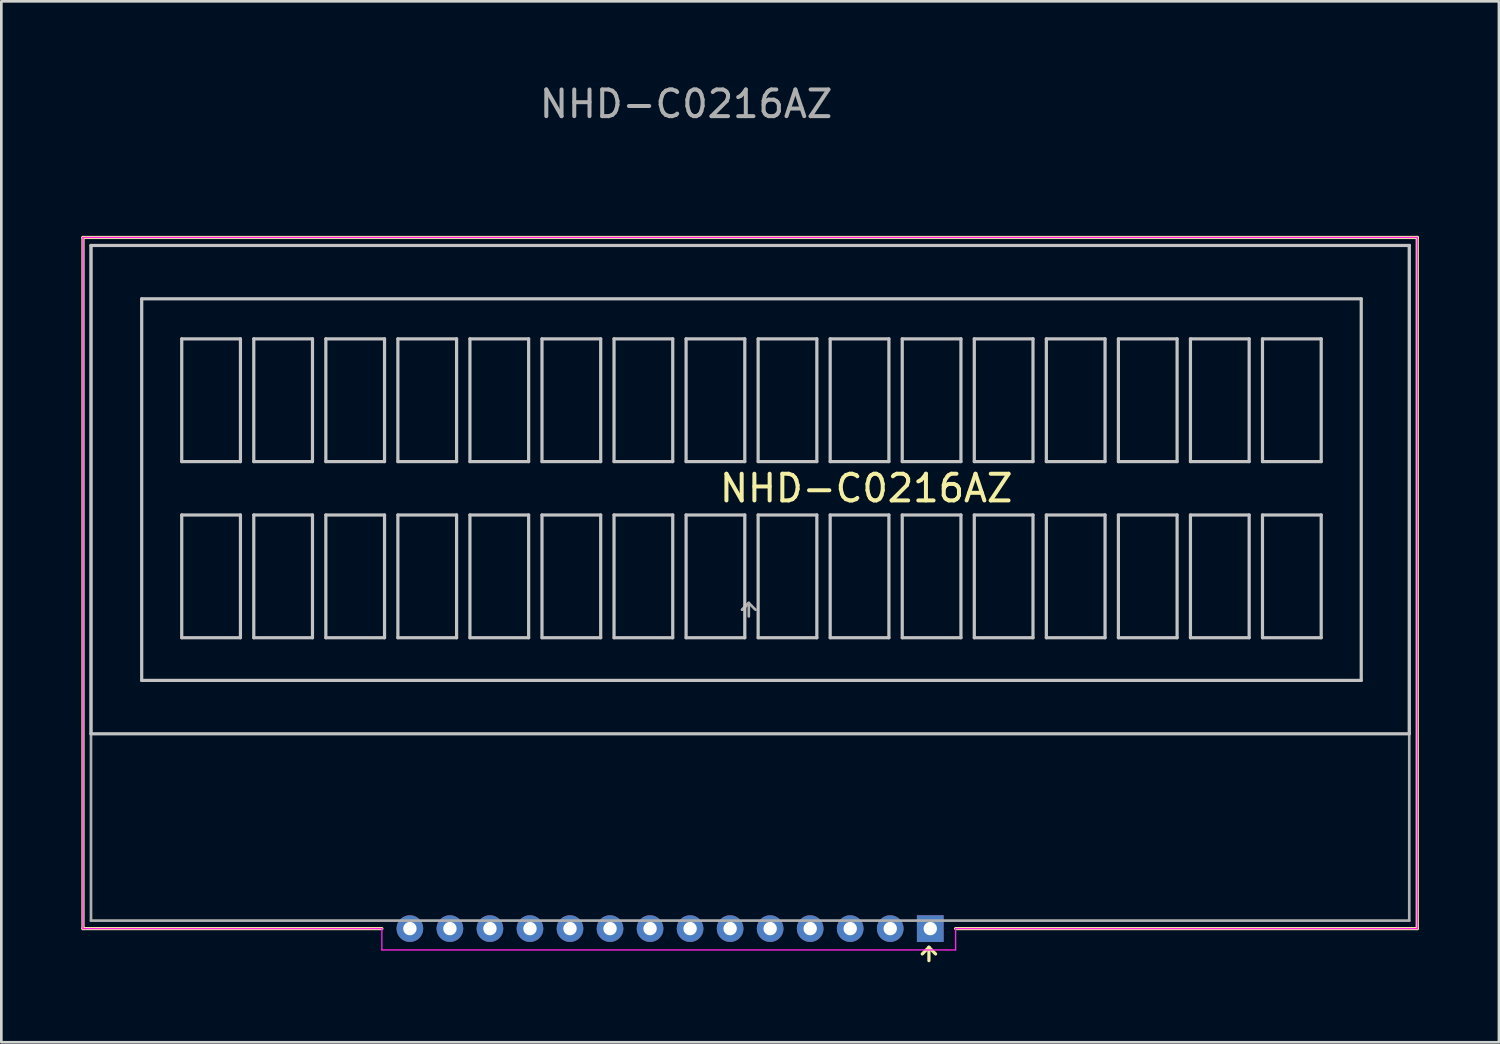
<source format=kicad_pcb>
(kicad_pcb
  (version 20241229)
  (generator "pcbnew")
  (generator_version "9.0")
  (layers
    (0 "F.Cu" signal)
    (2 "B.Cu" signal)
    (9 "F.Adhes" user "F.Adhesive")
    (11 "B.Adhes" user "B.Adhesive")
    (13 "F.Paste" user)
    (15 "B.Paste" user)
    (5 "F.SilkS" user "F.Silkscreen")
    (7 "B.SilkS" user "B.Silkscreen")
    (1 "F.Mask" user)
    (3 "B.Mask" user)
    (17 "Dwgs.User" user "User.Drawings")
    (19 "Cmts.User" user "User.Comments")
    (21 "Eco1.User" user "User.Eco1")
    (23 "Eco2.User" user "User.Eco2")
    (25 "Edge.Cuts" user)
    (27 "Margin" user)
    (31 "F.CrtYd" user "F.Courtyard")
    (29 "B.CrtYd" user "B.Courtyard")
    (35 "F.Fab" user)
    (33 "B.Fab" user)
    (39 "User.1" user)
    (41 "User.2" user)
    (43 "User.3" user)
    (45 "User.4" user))
  (footprint "NHD-C0216AZ"
    (layer "F.Cu")
    (at 31.81 31.748)
    (property "Reference" "NHD-C0216AZ" (at -2.4 -16.5 0) (layer "F.SilkS") (effects (font (size 1 1) (thickness 0.15))))
    (attr through_hole)
    (fp_line (start -31.75 -25.9) (end -31.75 0) (stroke (width 0.12) (type solid)) (layer "F.SilkS"))
    (fp_line (start -31.75 -25.9) (end 18.25 -25.9) (stroke (width 0.12) (type solid)) (layer "F.SilkS"))
    (fp_line (start -31.75 0) (end -20.55 0) (stroke (width 0.12) (type solid)) (layer "F.SilkS"))
    (fp_line (start -0.3 0.95) (end -0.05 0.7) (stroke (width 0.12) (type solid)) (layer "F.SilkS"))
    (fp_line (start -0.05 0.7) (end 0.2 0.95) (stroke (width 0.12) (type solid)) (layer "F.SilkS"))
    (fp_line (start -0.05 1.2) (end -0.05 0.7) (stroke (width 0.12) (type solid)) (layer "F.SilkS"))
    (fp_line (start 18.25 -25.9) (end 18.25 0) (stroke (width 0.12) (type solid)) (layer "F.SilkS"))
    (fp_line (start 18.25 0) (end 0.95 0) (stroke (width 0.12) (type solid)) (layer "F.SilkS"))
    (fp_line (start -31.45 -25.6) (end 17.95 -25.6) (stroke (width 0.12) (type solid)) (layer "Dwgs.User"))
    (fp_line (start -31.45 -7.3) (end -31.45 -25.6) (stroke (width 0.12) (type solid)) (layer "Dwgs.User"))
    (fp_line (start -29.55 -23.6) (end -29.55 -9.3) (stroke (width 0.12) (type solid)) (layer "Dwgs.User"))
    (fp_line (start -29.55 -9.3) (end 16.15 -9.3) (stroke (width 0.12) (type solid)) (layer "Dwgs.User"))
    (fp_line (start -28.05 -22.1) (end -25.85 -22.1) (stroke (width 0.12) (type solid)) (layer "Dwgs.User"))
    (fp_line (start -28.05 -17.5) (end -28.05 -22.1) (stroke (width 0.12) (type solid)) (layer "Dwgs.User"))
    (fp_line (start -28.05 -15.5) (end -25.85 -15.5) (stroke (width 0.12) (type solid)) (layer "Dwgs.User"))
    (fp_line (start -28.05 -10.9) (end -28.05 -15.5) (stroke (width 0.12) (type solid)) (layer "Dwgs.User"))
    (fp_line (start -25.85 -22.1) (end -25.85 -17.5) (stroke (width 0.12) (type solid)) (layer "Dwgs.User"))
    (fp_line (start -25.85 -17.5) (end -28.05 -17.5) (stroke (width 0.12) (type solid)) (layer "Dwgs.User"))
    (fp_line (start -25.85 -15.5) (end -25.85 -10.9) (stroke (width 0.12) (type solid)) (layer "Dwgs.User"))
    (fp_line (start -25.85 -10.9) (end -28.05 -10.9) (stroke (width 0.12) (type solid)) (layer "Dwgs.User"))
    (fp_line (start -25.35 -22.1) (end -23.15 -22.1) (stroke (width 0.12) (type solid)) (layer "Dwgs.User"))
    (fp_line (start -25.35 -17.5) (end -25.35 -22.1) (stroke (width 0.12) (type solid)) (layer "Dwgs.User"))
    (fp_line (start -25.35 -15.5) (end -23.15 -15.5) (stroke (width 0.12) (type solid)) (layer "Dwgs.User"))
    (fp_line (start -25.35 -10.9) (end -25.35 -15.5) (stroke (width 0.12) (type solid)) (layer "Dwgs.User"))
    (fp_line (start -23.15 -22.1) (end -23.15 -17.5) (stroke (width 0.12) (type solid)) (layer "Dwgs.User"))
    (fp_line (start -23.15 -17.5) (end -25.35 -17.5) (stroke (width 0.12) (type solid)) (layer "Dwgs.User"))
    (fp_line (start -23.15 -15.5) (end -23.15 -10.9) (stroke (width 0.12) (type solid)) (layer "Dwgs.User"))
    (fp_line (start -23.15 -10.9) (end -25.35 -10.9) (stroke (width 0.12) (type solid)) (layer "Dwgs.User"))
    (fp_line (start -22.65 -22.1) (end -20.45 -22.1) (stroke (width 0.12) (type solid)) (layer "Dwgs.User"))
    (fp_line (start -22.65 -17.5) (end -22.65 -22.1) (stroke (width 0.12) (type solid)) (layer "Dwgs.User"))
    (fp_line (start -22.65 -15.5) (end -20.45 -15.5) (stroke (width 0.12) (type solid)) (layer "Dwgs.User"))
    (fp_line (start -22.65 -10.9) (end -22.65 -15.5) (stroke (width 0.12) (type solid)) (layer "Dwgs.User"))
    (fp_line (start -20.45 -22.1) (end -20.45 -17.5) (stroke (width 0.12) (type solid)) (layer "Dwgs.User"))
    (fp_line (start -20.45 -17.5) (end -22.65 -17.5) (stroke (width 0.12) (type solid)) (layer "Dwgs.User"))
    (fp_line (start -20.45 -15.5) (end -20.45 -10.9) (stroke (width 0.12) (type solid)) (layer "Dwgs.User"))
    (fp_line (start -20.45 -10.9) (end -22.65 -10.9) (stroke (width 0.12) (type solid)) (layer "Dwgs.User"))
    (fp_line (start -19.95 -22.1) (end -17.75 -22.1) (stroke (width 0.12) (type solid)) (layer "Dwgs.User"))
    (fp_line (start -19.95 -17.5) (end -19.95 -22.1) (stroke (width 0.12) (type solid)) (layer "Dwgs.User"))
    (fp_line (start -19.95 -15.5) (end -17.75 -15.5) (stroke (width 0.12) (type solid)) (layer "Dwgs.User"))
    (fp_line (start -19.95 -10.9) (end -19.95 -15.5) (stroke (width 0.12) (type solid)) (layer "Dwgs.User"))
    (fp_line (start -17.75 -22.1) (end -17.75 -17.5) (stroke (width 0.12) (type solid)) (layer "Dwgs.User"))
    (fp_line (start -17.75 -17.5) (end -19.95 -17.5) (stroke (width 0.12) (type solid)) (layer "Dwgs.User"))
    (fp_line (start -17.75 -15.5) (end -17.75 -10.9) (stroke (width 0.12) (type solid)) (layer "Dwgs.User"))
    (fp_line (start -17.75 -10.9) (end -19.95 -10.9) (stroke (width 0.12) (type solid)) (layer "Dwgs.User"))
    (fp_line (start -17.25 -22.1) (end -15.05 -22.1) (stroke (width 0.12) (type solid)) (layer "Dwgs.User"))
    (fp_line (start -17.25 -17.5) (end -17.25 -22.1) (stroke (width 0.12) (type solid)) (layer "Dwgs.User"))
    (fp_line (start -17.25 -15.5) (end -15.05 -15.5) (stroke (width 0.12) (type solid)) (layer "Dwgs.User"))
    (fp_line (start -17.25 -10.9) (end -17.25 -15.5) (stroke (width 0.12) (type solid)) (layer "Dwgs.User"))
    (fp_line (start -15.05 -22.1) (end -15.05 -17.5) (stroke (width 0.12) (type solid)) (layer "Dwgs.User"))
    (fp_line (start -15.05 -17.5) (end -17.25 -17.5) (stroke (width 0.12) (type solid)) (layer "Dwgs.User"))
    (fp_line (start -15.05 -15.5) (end -15.05 -10.9) (stroke (width 0.12) (type solid)) (layer "Dwgs.User"))
    (fp_line (start -15.05 -10.9) (end -17.25 -10.9) (stroke (width 0.12) (type solid)) (layer "Dwgs.User"))
    (fp_line (start -14.55 -22.1) (end -12.35 -22.1) (stroke (width 0.12) (type solid)) (layer "Dwgs.User"))
    (fp_line (start -14.55 -17.5) (end -14.55 -22.1) (stroke (width 0.12) (type solid)) (layer "Dwgs.User"))
    (fp_line (start -14.55 -15.5) (end -12.35 -15.5) (stroke (width 0.12) (type solid)) (layer "Dwgs.User"))
    (fp_line (start -14.55 -10.9) (end -14.55 -15.5) (stroke (width 0.12) (type solid)) (layer "Dwgs.User"))
    (fp_line (start -12.35 -22.1) (end -12.35 -17.5) (stroke (width 0.12) (type solid)) (layer "Dwgs.User"))
    (fp_line (start -12.35 -17.5) (end -14.55 -17.5) (stroke (width 0.12) (type solid)) (layer "Dwgs.User"))
    (fp_line (start -12.35 -15.5) (end -12.35 -10.9) (stroke (width 0.12) (type solid)) (layer "Dwgs.User"))
    (fp_line (start -12.35 -10.9) (end -14.55 -10.9) (stroke (width 0.12) (type solid)) (layer "Dwgs.User"))
    (fp_line (start -11.85 -22.1) (end -9.65 -22.1) (stroke (width 0.12) (type solid)) (layer "Dwgs.User"))
    (fp_line (start -11.85 -17.5) (end -11.85 -22.1) (stroke (width 0.12) (type solid)) (layer "Dwgs.User"))
    (fp_line (start -11.85 -15.5) (end -9.65 -15.5) (stroke (width 0.12) (type solid)) (layer "Dwgs.User"))
    (fp_line (start -11.85 -10.9) (end -11.85 -15.5) (stroke (width 0.12) (type solid)) (layer "Dwgs.User"))
    (fp_line (start -9.65 -22.1) (end -9.65 -17.5) (stroke (width 0.12) (type solid)) (layer "Dwgs.User"))
    (fp_line (start -9.65 -17.5) (end -11.85 -17.5) (stroke (width 0.12) (type solid)) (layer "Dwgs.User"))
    (fp_line (start -9.65 -15.5) (end -9.65 -10.9) (stroke (width 0.12) (type solid)) (layer "Dwgs.User"))
    (fp_line (start -9.65 -10.9) (end -11.85 -10.9) (stroke (width 0.12) (type solid)) (layer "Dwgs.User"))
    (fp_line (start -9.15 -22.1) (end -6.95 -22.1) (stroke (width 0.12) (type solid)) (layer "Dwgs.User"))
    (fp_line (start -9.15 -17.5) (end -9.15 -22.1) (stroke (width 0.12) (type solid)) (layer "Dwgs.User"))
    (fp_line (start -9.15 -15.5) (end -6.95 -15.5) (stroke (width 0.12) (type solid)) (layer "Dwgs.User"))
    (fp_line (start -9.15 -10.9) (end -9.15 -15.5) (stroke (width 0.12) (type solid)) (layer "Dwgs.User"))
    (fp_line (start -6.95 -22.1) (end -6.95 -17.5) (stroke (width 0.12) (type solid)) (layer "Dwgs.User"))
    (fp_line (start -6.95 -17.5) (end -9.15 -17.5) (stroke (width 0.12) (type solid)) (layer "Dwgs.User"))
    (fp_line (start -6.95 -15.5) (end -6.95 -10.9) (stroke (width 0.12) (type solid)) (layer "Dwgs.User"))
    (fp_line (start -6.95 -10.9) (end -9.15 -10.9) (stroke (width 0.12) (type solid)) (layer "Dwgs.User"))
    (fp_line (start -6.45 -22.1) (end -4.25 -22.1) (stroke (width 0.12) (type solid)) (layer "Dwgs.User"))
    (fp_line (start -6.45 -17.5) (end -6.45 -22.1) (stroke (width 0.12) (type solid)) (layer "Dwgs.User"))
    (fp_line (start -6.45 -15.5) (end -4.25 -15.5) (stroke (width 0.12) (type solid)) (layer "Dwgs.User"))
    (fp_line (start -6.45 -10.9) (end -6.45 -15.5) (stroke (width 0.12) (type solid)) (layer "Dwgs.User"))
    (fp_line (start -4.25 -22.1) (end -4.25 -17.5) (stroke (width 0.12) (type solid)) (layer "Dwgs.User"))
    (fp_line (start -4.25 -17.5) (end -6.45 -17.5) (stroke (width 0.12) (type solid)) (layer "Dwgs.User"))
    (fp_line (start -4.25 -15.5) (end -4.25 -10.9) (stroke (width 0.12) (type solid)) (layer "Dwgs.User"))
    (fp_line (start -4.25 -10.9) (end -6.45 -10.9) (stroke (width 0.12) (type solid)) (layer "Dwgs.User"))
    (fp_line (start -3.75 -22.1) (end -1.55 -22.1) (stroke (width 0.12) (type solid)) (layer "Dwgs.User"))
    (fp_line (start -3.75 -17.5) (end -3.75 -22.1) (stroke (width 0.12) (type solid)) (layer "Dwgs.User"))
    (fp_line (start -3.75 -15.5) (end -1.55 -15.5) (stroke (width 0.12) (type solid)) (layer "Dwgs.User"))
    (fp_line (start -3.75 -10.9) (end -3.75 -15.5) (stroke (width 0.12) (type solid)) (layer "Dwgs.User"))
    (fp_line (start -1.55 -22.1) (end -1.55 -17.5) (stroke (width 0.12) (type solid)) (layer "Dwgs.User"))
    (fp_line (start -1.55 -17.5) (end -3.75 -17.5) (stroke (width 0.12) (type solid)) (layer "Dwgs.User"))
    (fp_line (start -1.55 -15.5) (end -1.55 -10.9) (stroke (width 0.12) (type solid)) (layer "Dwgs.User"))
    (fp_line (start -1.55 -10.9) (end -3.75 -10.9) (stroke (width 0.12) (type solid)) (layer "Dwgs.User"))
    (fp_line (start -1.05 -22.1) (end 1.15 -22.1) (stroke (width 0.12) (type solid)) (layer "Dwgs.User"))
    (fp_line (start -1.05 -17.5) (end -1.05 -22.1) (stroke (width 0.12) (type solid)) (layer "Dwgs.User"))
    (fp_line (start -1.05 -15.5) (end 1.15 -15.5) (stroke (width 0.12) (type solid)) (layer "Dwgs.User"))
    (fp_line (start -1.05 -10.9) (end -1.05 -15.5) (stroke (width 0.12) (type solid)) (layer "Dwgs.User"))
    (fp_line (start 1.15 -22.1) (end 1.15 -17.5) (stroke (width 0.12) (type solid)) (layer "Dwgs.User"))
    (fp_line (start 1.15 -17.5) (end -1.05 -17.5) (stroke (width 0.12) (type solid)) (layer "Dwgs.User"))
    (fp_line (start 1.15 -15.5) (end 1.15 -10.9) (stroke (width 0.12) (type solid)) (layer "Dwgs.User"))
    (fp_line (start 1.15 -10.9) (end -1.05 -10.9) (stroke (width 0.12) (type solid)) (layer "Dwgs.User"))
    (fp_line (start 1.65 -22.1) (end 3.85 -22.1) (stroke (width 0.12) (type solid)) (layer "Dwgs.User"))
    (fp_line (start 1.65 -17.5) (end 1.65 -22.1) (stroke (width 0.12) (type solid)) (layer "Dwgs.User"))
    (fp_line (start 1.65 -15.5) (end 3.85 -15.5) (stroke (width 0.12) (type solid)) (layer "Dwgs.User"))
    (fp_line (start 1.65 -10.9) (end 1.65 -15.5) (stroke (width 0.12) (type solid)) (layer "Dwgs.User"))
    (fp_line (start 3.85 -22.1) (end 3.85 -17.5) (stroke (width 0.12) (type solid)) (layer "Dwgs.User"))
    (fp_line (start 3.85 -17.5) (end 1.65 -17.5) (stroke (width 0.12) (type solid)) (layer "Dwgs.User"))
    (fp_line (start 3.85 -15.5) (end 3.85 -10.9) (stroke (width 0.12) (type solid)) (layer "Dwgs.User"))
    (fp_line (start 3.85 -10.9) (end 1.65 -10.9) (stroke (width 0.12) (type solid)) (layer "Dwgs.User"))
    (fp_line (start 4.35 -22.1) (end 6.55 -22.1) (stroke (width 0.12) (type solid)) (layer "Dwgs.User"))
    (fp_line (start 4.35 -17.5) (end 4.35 -22.1) (stroke (width 0.12) (type solid)) (layer "Dwgs.User"))
    (fp_line (start 4.35 -15.5) (end 6.55 -15.5) (stroke (width 0.12) (type solid)) (layer "Dwgs.User"))
    (fp_line (start 4.35 -10.9) (end 4.35 -15.5) (stroke (width 0.12) (type solid)) (layer "Dwgs.User"))
    (fp_line (start 6.55 -22.1) (end 6.55 -17.5) (stroke (width 0.12) (type solid)) (layer "Dwgs.User"))
    (fp_line (start 6.55 -17.5) (end 4.35 -17.5) (stroke (width 0.12) (type solid)) (layer "Dwgs.User"))
    (fp_line (start 6.55 -15.5) (end 6.55 -10.9) (stroke (width 0.12) (type solid)) (layer "Dwgs.User"))
    (fp_line (start 6.55 -10.9) (end 4.35 -10.9) (stroke (width 0.12) (type solid)) (layer "Dwgs.User"))
    (fp_line (start 7.05 -22.1) (end 9.25 -22.1) (stroke (width 0.12) (type solid)) (layer "Dwgs.User"))
    (fp_line (start 7.05 -17.5) (end 7.05 -22.1) (stroke (width 0.12) (type solid)) (layer "Dwgs.User"))
    (fp_line (start 7.05 -15.5) (end 9.25 -15.5) (stroke (width 0.12) (type solid)) (layer "Dwgs.User"))
    (fp_line (start 7.05 -10.9) (end 7.05 -15.5) (stroke (width 0.12) (type solid)) (layer "Dwgs.User"))
    (fp_line (start 9.25 -22.1) (end 9.25 -17.5) (stroke (width 0.12) (type solid)) (layer "Dwgs.User"))
    (fp_line (start 9.25 -17.5) (end 7.05 -17.5) (stroke (width 0.12) (type solid)) (layer "Dwgs.User"))
    (fp_line (start 9.25 -15.5) (end 9.25 -10.9) (stroke (width 0.12) (type solid)) (layer "Dwgs.User"))
    (fp_line (start 9.25 -10.9) (end 7.05 -10.9) (stroke (width 0.12) (type solid)) (layer "Dwgs.User"))
    (fp_line (start 9.75 -22.1) (end 11.95 -22.1) (stroke (width 0.12) (type solid)) (layer "Dwgs.User"))
    (fp_line (start 9.75 -17.5) (end 9.75 -22.1) (stroke (width 0.12) (type solid)) (layer "Dwgs.User"))
    (fp_line (start 9.75 -15.5) (end 11.95 -15.5) (stroke (width 0.12) (type solid)) (layer "Dwgs.User"))
    (fp_line (start 9.75 -10.9) (end 9.75 -15.5) (stroke (width 0.12) (type solid)) (layer "Dwgs.User"))
    (fp_line (start 11.95 -22.1) (end 11.95 -17.5) (stroke (width 0.12) (type solid)) (layer "Dwgs.User"))
    (fp_line (start 11.95 -17.5) (end 9.75 -17.5) (stroke (width 0.12) (type solid)) (layer "Dwgs.User"))
    (fp_line (start 11.95 -15.5) (end 11.95 -10.9) (stroke (width 0.12) (type solid)) (layer "Dwgs.User"))
    (fp_line (start 11.95 -10.9) (end 9.75 -10.9) (stroke (width 0.12) (type solid)) (layer "Dwgs.User"))
    (fp_line (start 12.45 -22.1) (end 14.65 -22.1) (stroke (width 0.12) (type solid)) (layer "Dwgs.User"))
    (fp_line (start 12.45 -17.5) (end 12.45 -22.1) (stroke (width 0.12) (type solid)) (layer "Dwgs.User"))
    (fp_line (start 12.45 -15.5) (end 14.65 -15.5) (stroke (width 0.12) (type solid)) (layer "Dwgs.User"))
    (fp_line (start 12.45 -10.9) (end 12.45 -15.5) (stroke (width 0.12) (type solid)) (layer "Dwgs.User"))
    (fp_line (start 14.65 -22.1) (end 14.65 -17.5) (stroke (width 0.12) (type solid)) (layer "Dwgs.User"))
    (fp_line (start 14.65 -17.5) (end 12.45 -17.5) (stroke (width 0.12) (type solid)) (layer "Dwgs.User"))
    (fp_line (start 14.65 -15.5) (end 14.65 -10.9) (stroke (width 0.12) (type solid)) (layer "Dwgs.User"))
    (fp_line (start 14.65 -10.9) (end 12.45 -10.9) (stroke (width 0.12) (type solid)) (layer "Dwgs.User"))
    (fp_line (start 16.15 -23.6) (end -29.55 -23.6) (stroke (width 0.12) (type solid)) (layer "Dwgs.User"))
    (fp_line (start 16.15 -9.3) (end 16.15 -23.6) (stroke (width 0.12) (type solid)) (layer "Dwgs.User"))
    (fp_line (start 17.95 -25.6) (end 17.95 -7.3) (stroke (width 0.12) (type solid)) (layer "Dwgs.User"))
    (fp_line (start 17.95 -7.3) (end -31.45 -7.3) (stroke (width 0.12) (type solid)) (layer "Dwgs.User"))
    (fp_line (start -31.75 -25.9) (end 18.25 -25.9) (stroke (width 0.05) (type solid)) (layer "F.CrtYd"))
    (fp_line (start -31.75 0) (end -31.75 -25.9) (stroke (width 0.05) (type solid)) (layer "F.CrtYd"))
    (fp_line (start -20.55 0) (end -31.75 0) (stroke (width 0.05) (type solid)) (layer "F.CrtYd"))
    (fp_line (start -20.55 0.8) (end -20.55 0) (stroke (width 0.05) (type solid)) (layer "F.CrtYd"))
    (fp_line (start 0.95 0) (end 0.95 0.8) (stroke (width 0.05) (type solid)) (layer "F.CrtYd"))
    (fp_line (start 0.95 0.8) (end -20.55 0.8) (stroke (width 0.05) (type solid)) (layer "F.CrtYd"))
    (fp_line (start 18.25 -25.9) (end 18.25 0) (stroke (width 0.05) (type solid)) (layer "F.CrtYd"))
    (fp_line (start 18.25 0) (end 0.95 0) (stroke (width 0.05) (type solid)) (layer "F.CrtYd"))
    (fp_line (start -31.45 -25.6) (end -31.45 -0.3) (stroke (width 0.1) (type solid)) (layer "F.Fab"))
    (fp_line (start -31.45 -0.3) (end 17.95 -0.3) (stroke (width 0.1) (type solid)) (layer "F.Fab"))
    (fp_line (start -7.05 -11.95) (end -6.8 -12.2) (stroke (width 0.1) (type solid)) (layer "F.Fab"))
    (fp_line (start -6.8 -12.2) (end -7.05 -11.95) (stroke (width 0.1) (type solid)) (layer "F.Fab"))
    (fp_line (start -6.8 -12.2) (end -6.8 -11.7) (stroke (width 0.1) (type solid)) (layer "F.Fab"))
    (fp_line (start -6.8 -12.2) (end -6.55 -11.95) (stroke (width 0.1) (type solid)) (layer "F.Fab"))
    (fp_line (start 17.95 -25.6) (end -31.45 -25.6) (stroke (width 0.1) (type solid)) (layer "F.Fab"))
    (fp_line (start 17.95 -0.3) (end 17.95 -25.6) (stroke (width 0.1) (type solid)) (layer "F.Fab"))
    (fp_text user "${REFERENCE}" (at -9.15 -30.9 0) (layer "F.Fab") (effects (font (size 1 1) (thickness 0.15))))
    (pad "1" thru_hole rect (at 0 0) (size 1 1) (drill 0.5) (layers "*.Cu" "*.Mask"))
    (pad "2" thru_hole circle (at -1.5 0) (size 1 1) (drill 0.5) (layers "*.Cu" "*.Mask"))
    (pad "3" thru_hole circle (at -3 0) (size 1 1) (drill 0.5) (layers "*.Cu" "*.Mask"))
    (pad "4" thru_hole circle (at -4.5 0) (size 1 1) (drill 0.5) (layers "*.Cu" "*.Mask"))
    (pad "5" thru_hole circle (at -6 0) (size 1 1) (drill 0.5) (layers "*.Cu" "*.Mask"))
    (pad "6" thru_hole circle (at -7.5 0) (size 1 1) (drill 0.5) (layers "*.Cu" "*.Mask"))
    (pad "7" thru_hole circle (at -9 0) (size 1 1) (drill 0.5) (layers "*.Cu" "*.Mask"))
    (pad "8" thru_hole circle (at -10.5 0) (size 1 1) (drill 0.5) (layers "*.Cu" "*.Mask"))
    (pad "9" thru_hole circle (at -12 0) (size 1 1) (drill 0.5) (layers "*.Cu" "*.Mask"))
    (pad "10" thru_hole circle (at -13.5 0) (size 1 1) (drill 0.5) (layers "*.Cu" "*.Mask"))
    (pad "11" thru_hole circle (at -15 0) (size 1 1) (drill 0.5) (layers "*.Cu" "*.Mask"))
    (pad "12" thru_hole circle (at -16.5 0) (size 1 1) (drill 0.5) (layers "*.Cu" "*.Mask"))
    (pad "13" thru_hole circle (at -18 0) (size 1 1) (drill 0.5) (layers "*.Cu" "*.Mask"))
    (pad "14" thru_hole circle (at -19.5 0) (size 1 1) (drill 0.5) (layers "*.Cu" "*.Mask")))
  (gr_rect
    (start -3 -3)
    (end 53.12 36.008)
    (stroke (width 0.1) (type default))
    (fill no)
    (layer "Edge.Cuts")))
</source>
